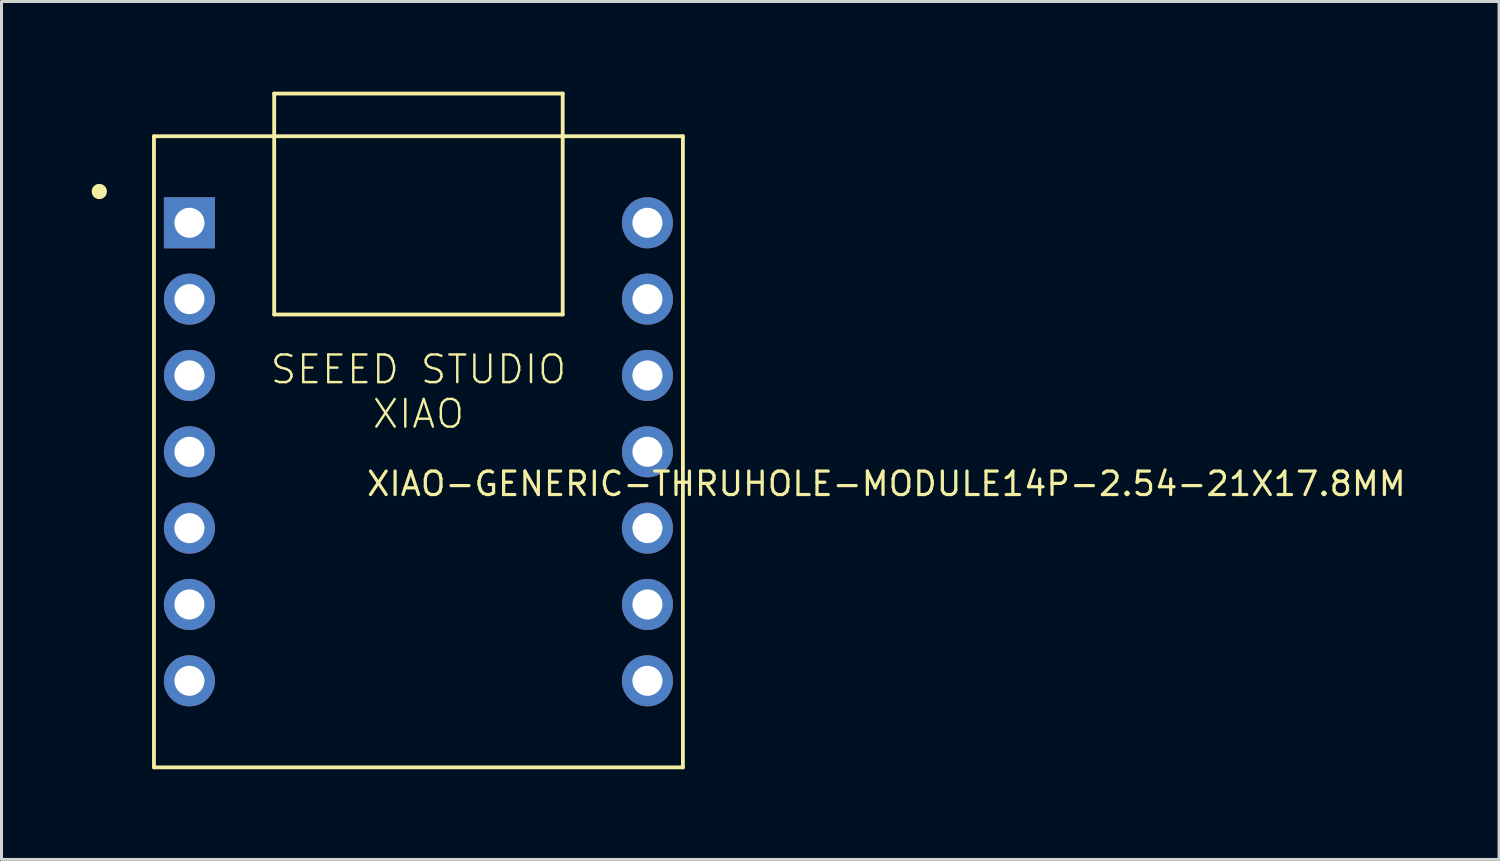
<source format=kicad_pcb>
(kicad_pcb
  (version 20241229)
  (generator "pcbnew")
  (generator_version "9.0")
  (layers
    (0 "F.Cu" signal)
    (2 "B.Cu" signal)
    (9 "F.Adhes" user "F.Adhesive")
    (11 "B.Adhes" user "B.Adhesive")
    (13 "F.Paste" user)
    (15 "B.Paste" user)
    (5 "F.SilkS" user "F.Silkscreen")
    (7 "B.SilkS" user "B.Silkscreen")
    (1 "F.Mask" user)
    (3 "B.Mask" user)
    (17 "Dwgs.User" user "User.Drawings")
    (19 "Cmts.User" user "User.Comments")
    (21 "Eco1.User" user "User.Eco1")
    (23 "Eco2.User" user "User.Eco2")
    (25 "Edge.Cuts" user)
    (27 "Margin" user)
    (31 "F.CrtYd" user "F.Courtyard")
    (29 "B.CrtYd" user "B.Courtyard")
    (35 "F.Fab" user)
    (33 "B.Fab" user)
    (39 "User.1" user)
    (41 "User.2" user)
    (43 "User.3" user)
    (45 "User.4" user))
  (footprint "XIAO-GENERIC-THRUHOLE-MODULE14P-2.54-21X17.8MM"
    (layer "F.Cu")
    (at 10.873 11.983)
    (property "Reference" "XIAO-GENERIC-THRUHOLE-MODULE14P-2.54-21X17.8MM" (at -1.778 1.524 0) (layer "F.SilkS") (effects (font (size 0.782 0.782) (thickness 0.107)) (justify left bottom)))
    (fp_line (start -8.8 -10.5) (end -8.8 10.5) (stroke (width 0.127) (type solid)) (layer "F.SilkS"))
    (fp_line (start -8.8 10.5) (end 8.8 10.5) (stroke (width 0.127) (type solid)) (layer "F.SilkS"))
    (fp_line (start -4.8 -11.92) (end 4.8 -11.92) (stroke (width 0.127) (type solid)) (layer "F.SilkS"))
    (fp_line (start -4.8 -4.568) (end -4.8 -11.92) (stroke (width 0.127) (type solid)) (layer "F.SilkS"))
    (fp_line (start 4.8 -11.92) (end 4.8 -4.568) (stroke (width 0.127) (type solid)) (layer "F.SilkS"))
    (fp_line (start 4.8 -4.568) (end -4.8 -4.568) (stroke (width 0.127) (type solid)) (layer "F.SilkS"))
    (fp_line (start 8.8 -10.5) (end -8.8 -10.5) (stroke (width 0.127) (type solid)) (layer "F.SilkS"))
    (fp_line (start 8.8 10.5) (end 8.8 -10.5) (stroke (width 0.127) (type solid)) (layer "F.SilkS"))
    (fp_circle (center -10.619 -8.661) (end -10.492 -8.661) (stroke (width 0.254) (type solid)) (fill yes) (layer "F.SilkS"))
    (fp_text user "SEEED STUDIO\nXIAO" (at 0 -2 0) (layer "F.SilkS") (effects (font (size 0.92 0.92) (thickness 0.08))))
    (pad "1" thru_hole rect (at -7.62 -7.62) (size 1.7 1.7) (drill 1) (layers "*.Cu" "*.Mask"))
    (pad "2" thru_hole circle (at -7.62 -5.08) (size 1.7 1.7) (drill 1) (layers "*.Cu" "*.Mask"))
    (pad "3" thru_hole circle (at -7.62 -2.54) (size 1.7 1.7) (drill 1) (layers "*.Cu" "*.Mask"))
    (pad "4" thru_hole circle (at -7.62 0) (size 1.7 1.7) (drill 1) (layers "*.Cu" "*.Mask"))
    (pad "5" thru_hole circle (at -7.62 2.54) (size 1.7 1.7) (drill 1) (layers "*.Cu" "*.Mask"))
    (pad "6" thru_hole circle (at -7.62 5.08) (size 1.7 1.7) (drill 1) (layers "*.Cu" "*.Mask"))
    (pad "7" thru_hole circle (at -7.62 7.62) (size 1.7 1.7) (drill 1) (layers "*.Cu" "*.Mask"))
    (pad "8" thru_hole circle (at 7.62 7.62) (size 1.7 1.7) (drill 1) (layers "*.Cu" "*.Mask"))
    (pad "9" thru_hole circle (at 7.62 5.08) (size 1.7 1.7) (drill 1) (layers "*.Cu" "*.Mask"))
    (pad "10" thru_hole circle (at 7.62 2.54) (size 1.7 1.7) (drill 1) (layers "*.Cu" "*.Mask"))
    (pad "11" thru_hole circle (at 7.62 0) (size 1.7 1.7) (drill 1) (layers "*.Cu" "*.Mask"))
    (pad "12" thru_hole circle (at 7.62 -2.54) (size 1.7 1.7) (drill 1) (layers "*.Cu" "*.Mask"))
    (pad "13" thru_hole circle (at 7.62 -5.08) (size 1.7 1.7) (drill 1) (layers "*.Cu" "*.Mask"))
    (pad "14" thru_hole circle (at 7.62 -7.62) (size 1.7 1.7) (drill 1) (layers "*.Cu" "*.Mask")))
  (gr_rect
    (start -3 -3)
    (end 46.83 25.547)
    (stroke (width 0.1) (type default))
    (fill no)
    (layer "Edge.Cuts")))
</source>
